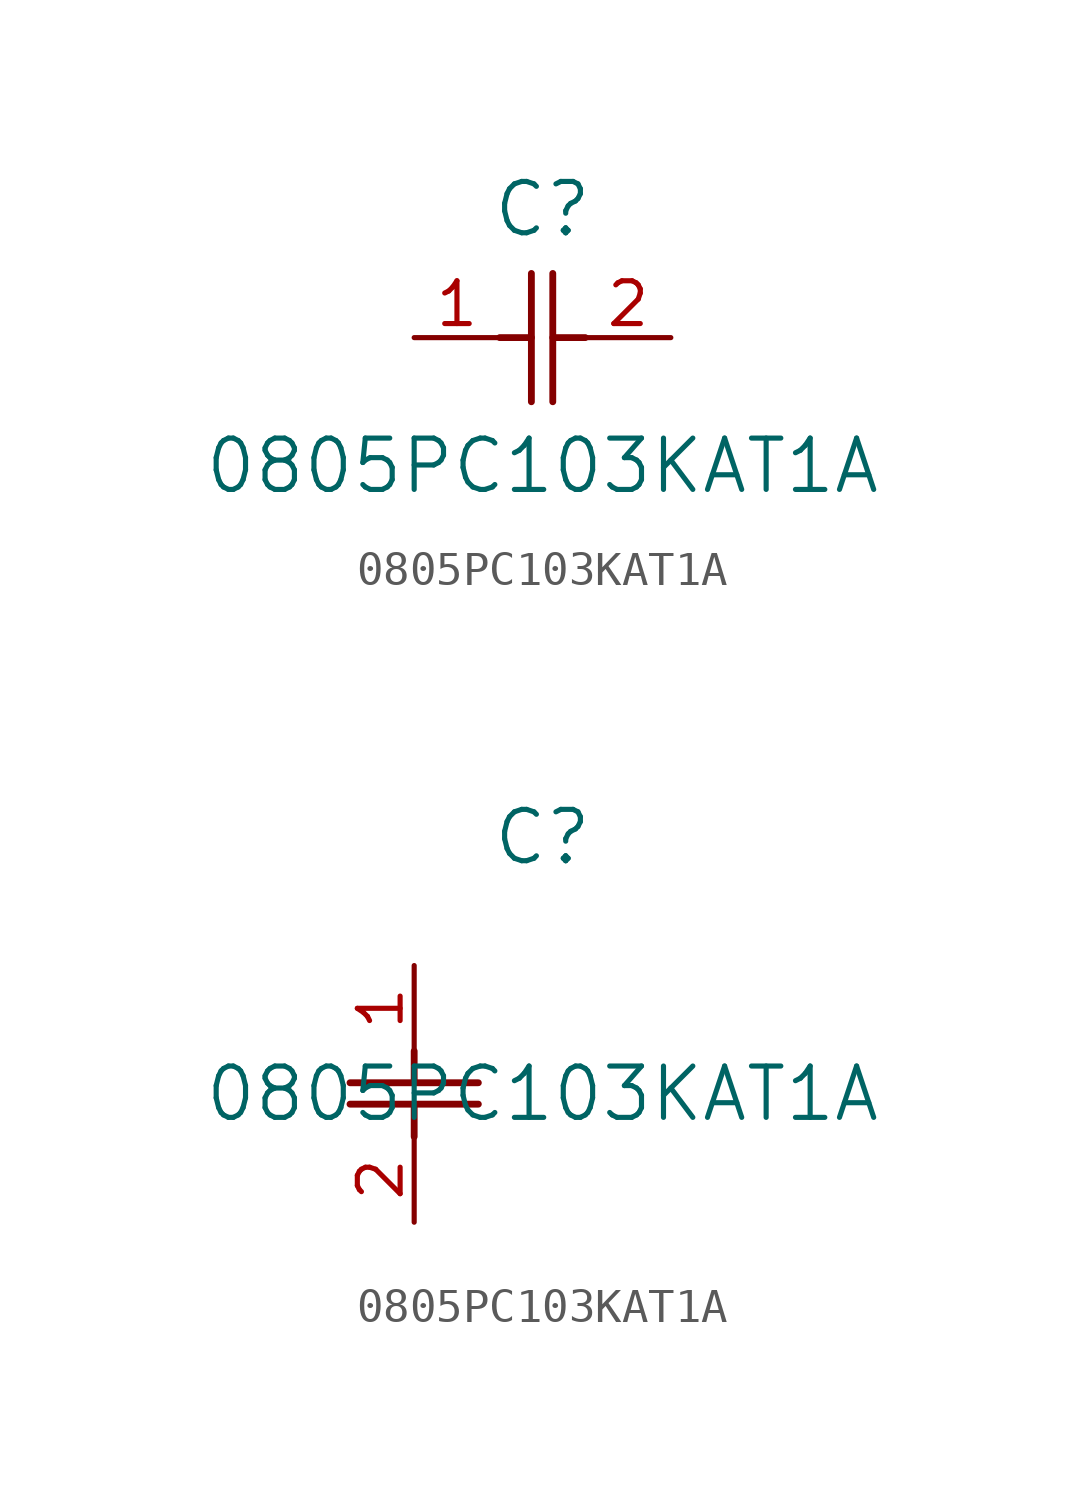
<source format=kicad_sym>
(kicad_symbol_lib
  (version 20211014)
  (generator kicad_symbol_editor)
  (symbol "0805PC103KAT1A"
    (pin_names
      (offset 0.254))
    (property "Reference" "C"
      (at 3.81 3.81 0)
      (effects (font (size 1.524 1.524))))
    (property "Value" "0805PC103KAT1A"
      (at 3.81 -3.81 0)
      (effects (font (size 1.524 1.524))))
    (symbol "0805PC103KAT1A_1_1"
      (polyline (pts (xy 3.48 -1.905) (xy 3.48 1.905)) (stroke (width 0.203) (type default) (color 0 0 0 0)) (fill (type none)))
      (polyline (pts (xy 4.115 -1.905) (xy 4.115 1.905)) (stroke (width 0.203) (type default) (color 0 0 0 0)) (fill (type none)))
      (polyline (pts (xy 4.115 0) (xy 5.08 0)) (stroke (width 0.203) (type default) (color 0 0 0 0)) (fill (type none)))
      (polyline (pts (xy 2.54 0) (xy 3.48 0)) (stroke (width 0.203) (type default) (color 0 0 0 0)) (fill (type none)))
      (pin unspecified line (at 0 0 0) (length 2.54) (name "" (effects (font (size 1.27 1.27)))) (number "1" (effects (font (size 1.27 1.27)))))
      (pin unspecified line (at 7.62 0 180) (length 2.54) (name "" (effects (font (size 1.27 1.27)))) (number "2" (effects (font (size 1.27 1.27))))))
    (symbol "0805PC103KAT1A_1_2"
      (polyline (pts (xy -1.905 -3.48) (xy 1.905 -3.48)) (stroke (width 0.203) (type default) (color 0 0 0 0)) (fill (type none)))
      (polyline (pts (xy -1.905 -4.115) (xy 1.905 -4.115)) (stroke (width 0.203) (type default) (color 0 0 0 0)) (fill (type none)))
      (polyline (pts (xy 0 -4.115) (xy 0 -5.08)) (stroke (width 0.203) (type default) (color 0 0 0 0)) (fill (type none)))
      (polyline (pts (xy 0 -2.54) (xy 0 -3.48)) (stroke (width 0.203) (type default) (color 0 0 0 0)) (fill (type none)))
      (pin unspecified line (at 0 0 270) (length 2.54) (name "" (effects (font (size 1.27 1.27)))) (number "1" (effects (font (size 1.27 1.27)))))
      (pin unspecified line (at 0 -7.62 90) (length 2.54) (name "" (effects (font (size 1.27 1.27)))) (number "2" (effects (font (size 1.27 1.27))))))))
</source>
